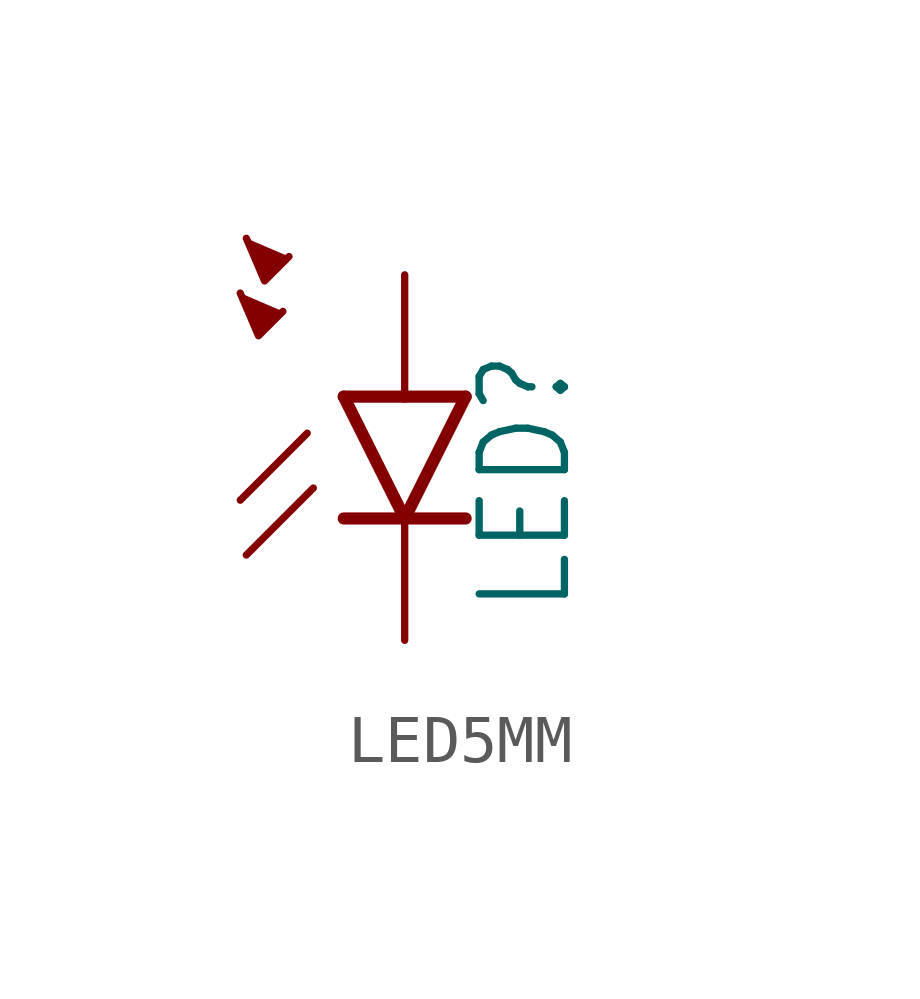
<source format=kicad_sym>
(kicad_symbol_lib
  (version 20241209)
  (generator "kicad_symbol_editor")
  (generator_version "9.0")
  (symbol "LED5MM"
    (property "Reference" "LED"
      (at 3.556 -4.572 90)
      (effects (font (size 1.778 1.511)) (justify left bottom)))
    (property "Value" ""
      (at 5.715 -4.572 90)
      (effects (font (size 1.778 1.511)) (justify left bottom)))
    (property "ki_locked" ""
      (at 0 0 0)
      (effects (font (size 1.27 1.27))))
    (symbol "LED5MM_1_0"
      (polyline (pts (xy -3.429 2.159) (xy -3.048 1.27) (xy -2.54 1.778)) (stroke (width 0.152) (type solid)) (fill (type outline)))
      (polyline (pts (xy -3.302 3.302) (xy -2.921 2.413) (xy -2.413 2.921)) (stroke (width 0.152) (type solid)) (fill (type outline)))
      (polyline (pts (xy -2.032 -0.762) (xy -3.429 -2.159)) (stroke (width 0.152) (type solid)) (fill (type none)))
      (polyline (pts (xy -1.905 -1.905) (xy -3.302 -3.302)) (stroke (width 0.152) (type solid)) (fill (type none)))
      (polyline (pts (xy 0 0) (xy -1.27 0)) (stroke (width 0.254) (type solid)) (fill (type none)))
      (polyline (pts (xy 0 -2.54) (xy -1.27 0)) (stroke (width 0.254) (type solid)) (fill (type none)))
      (polyline (pts (xy 0 -2.54) (xy -1.27 -2.54)) (stroke (width 0.254) (type solid)) (fill (type none)))
      (polyline (pts (xy 1.27 0) (xy 0 0)) (stroke (width 0.254) (type solid)) (fill (type none)))
      (polyline (pts (xy 1.27 0) (xy 0 -2.54)) (stroke (width 0.254) (type solid)) (fill (type none)))
      (polyline (pts (xy 1.27 -2.54) (xy 0 -2.54)) (stroke (width 0.254) (type solid)) (fill (type none)))
      (pin passive line (at 0 2.54 270) (length 2.54) (name "A" (effects (font (size 0 0)))) (number "A" (effects (font (size 0 0)))))
      (pin passive line (at 0 -5.08 90) (length 2.54) (name "C" (effects (font (size 0 0)))) (number "K" (effects (font (size 0 0))))))))
</source>
